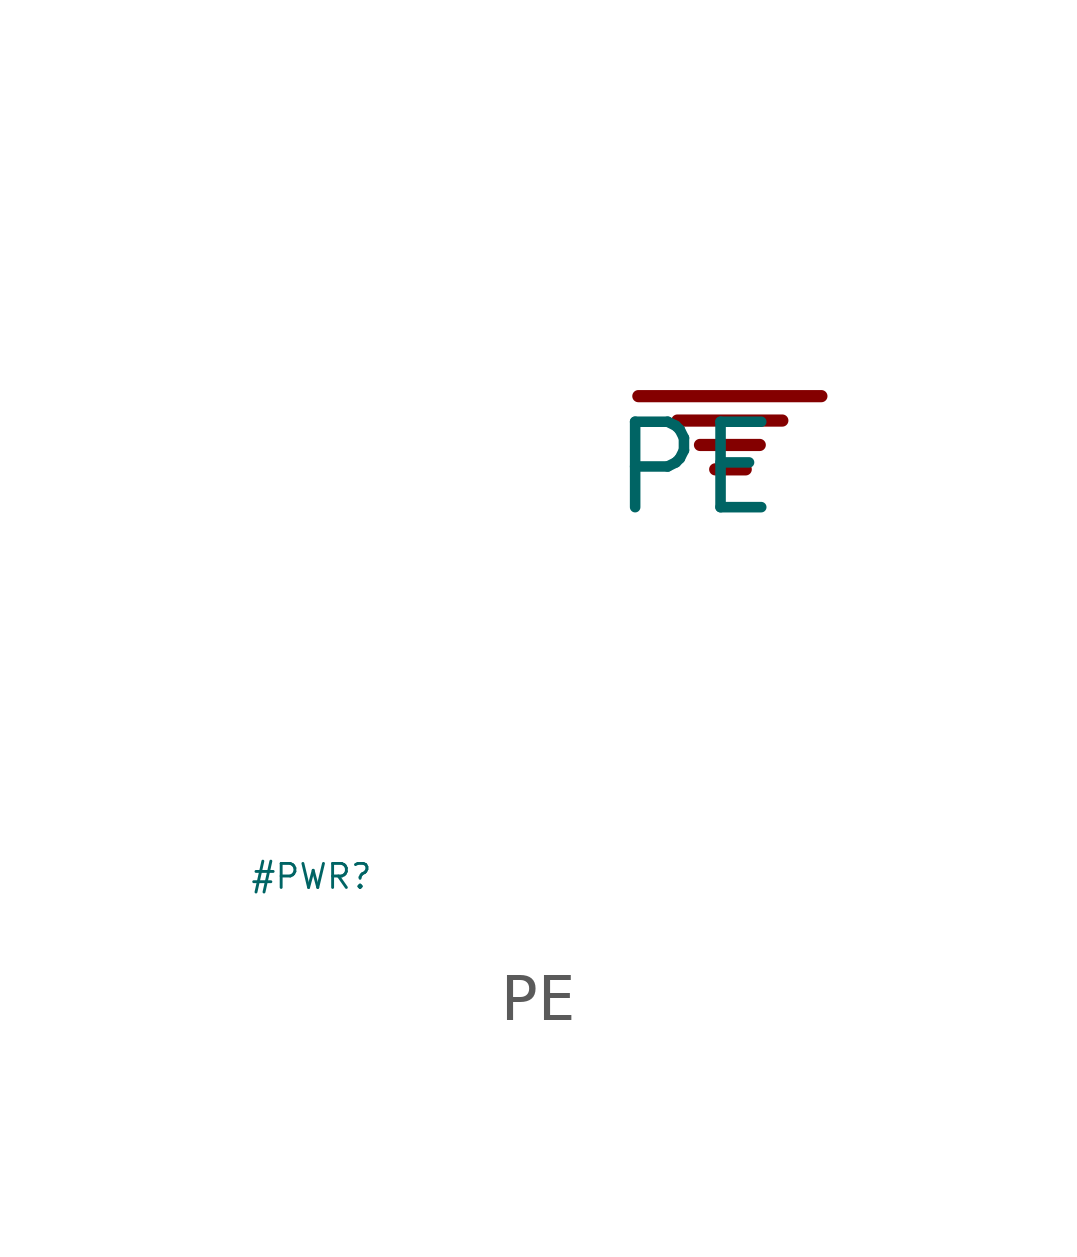
<source format=kicad_sym>
(kicad_symbol_lib
  (version 20220914)
  (generator Eagle2Kicad)
  (symbol "PE"
    (power)
    (pin_names
      (offset 0))
    (property "Reference" "#PWR"
      (at -10 -10 0)
      (effects (font (size 0.5 0.5) (thickness 0.06)) (justify left)))
    (property "Value" "PE"
      (at -2.54 -2.54 0)
      (effects (font (size 1.778 1.778) (thickness 0.22)) (justify left bottom)))
    (polyline
      (pts (xy -1.905 0) (xy 1.905 0))
      (stroke (width 0.254) (type default))
      (fill (type none)))
    (polyline
      (pts (xy -1.092 -0.508) (xy 1.092 -0.508))
      (stroke (width 0.254) (type default))
      (fill (type none)))
    (polyline
      (pts (xy -0.622 -1.016) (xy 0.622 -1.016))
      (stroke (width 0.254) (type default))
      (fill (type none)))
    (polyline
      (pts (xy -0.305 -1.524) (xy 0.33 -1.524))
      (stroke (width 0.254) (type default))
      (fill (type none)))
    (pin power_in line
      (at 0 2.54 270)
      (length 2.54) hide
      (name "PE" (effects (font (size 0.635 0.635) (thickness 0.08)) (justify left bottom)))
      (number "1" (effects (font (size 0.635 0.635) (thickness 0.08)) (justify left bottom))))))
</source>
